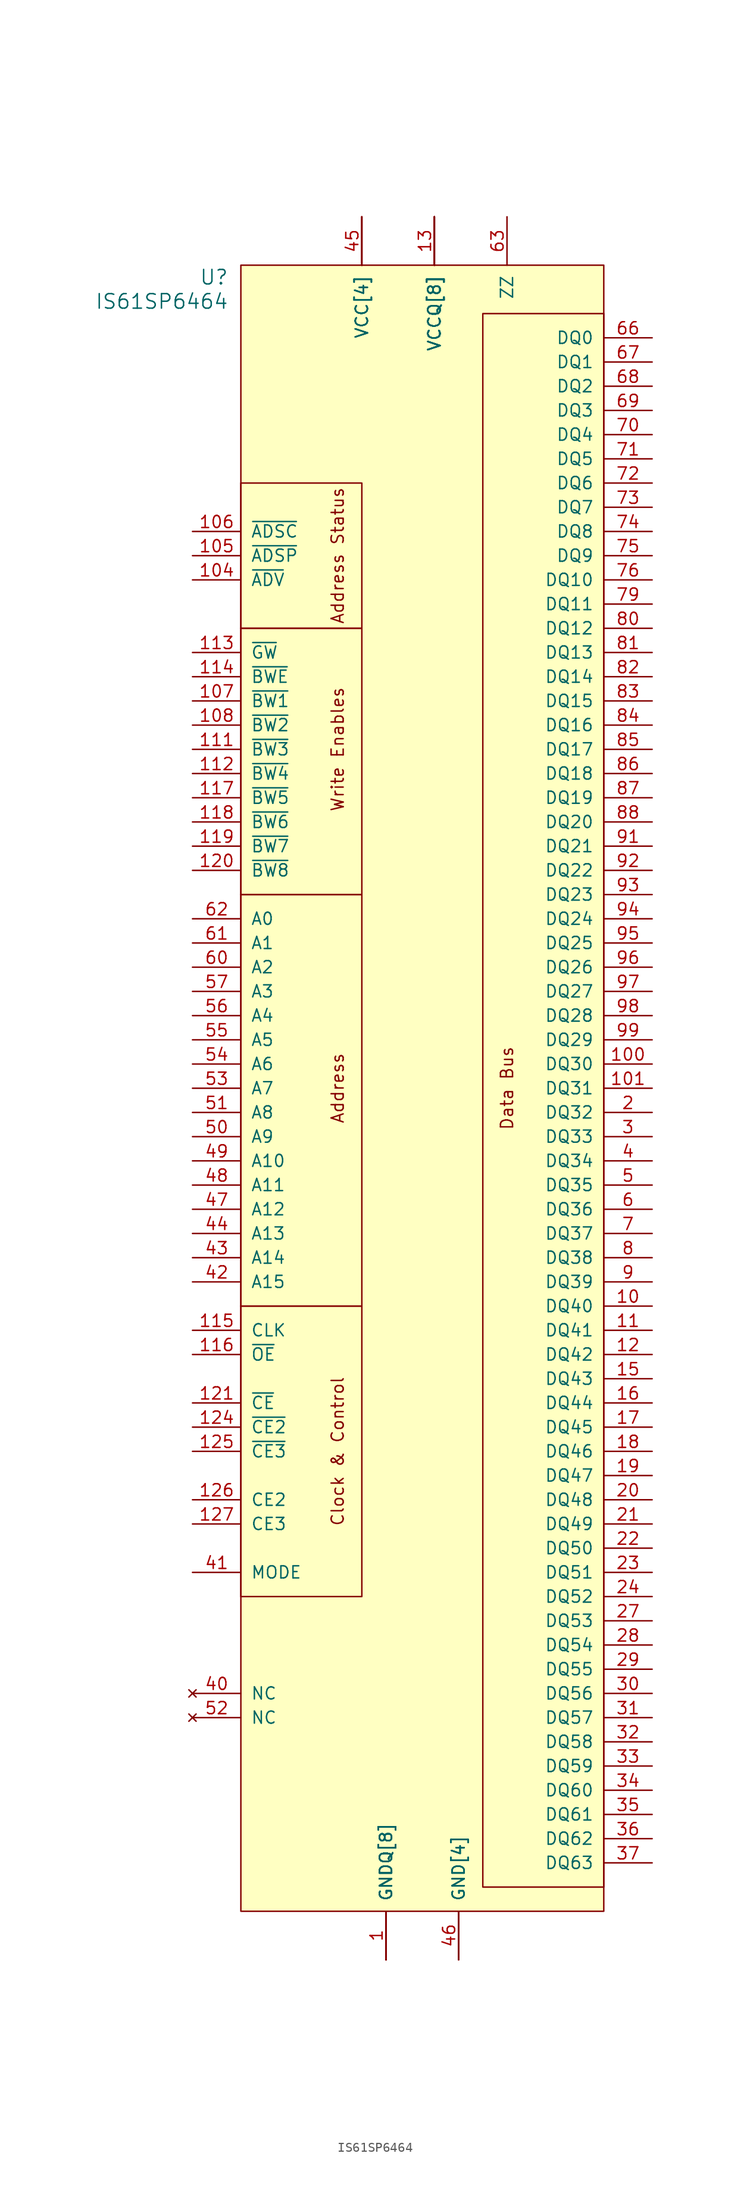
<source format=kicad_sym>
(kicad_symbol_lib
  (version 20211014)
  (generator kicad_symbol_editor)
  (symbol "IS61SP6464"
    (pin_names
      (offset 1.016))
    (property "Reference" "U"
      (at -13.97 87.63 0)
      (effects (font (size 1.524 1.524)) (justify right)))
    (property "Value" "IS61SP6464"
      (at -13.97 85.09 0)
      (effects (font (size 1.524 1.524)) (justify right)))
    (symbol "IS61SP6464_0_0"
      (rectangle (start -12.7 -20.32) (end 0 -50.8) (stroke (width 0.152) (type default) (color 0 0 0 0)) (fill (type none)))
      (rectangle (start -12.7 22.86) (end 0 -20.32) (stroke (width 0.152) (type default) (color 0 0 0 0)) (fill (type none)))
      (rectangle (start -12.7 50.8) (end 0 22.86) (stroke (width 0.152) (type default) (color 0 0 0 0)) (fill (type none)))
      (rectangle (start -12.7 50.8) (end 0 66.04) (stroke (width 0.152) (type default) (color 0 0 0 0)) (fill (type none)))
      (rectangle (start 25.4 83.82) (end 12.7 -81.28) (stroke (width 0.152) (type default) (color 0 0 0 0)) (fill (type none)))
      (text "Address" (at -2.54 2.54 900) (effects (font (size 1.27 1.27))))
      (text "Address Status" (at -2.54 58.42 900) (effects (font (size 1.27 1.27))))
      (text "Clock & Control" (at -2.54 -35.56 900) (effects (font (size 1.27 1.27))))
      (text "Data Bus" (at 15.24 2.54 900) (effects (font (size 1.27 1.27))))
      (text "Write Enables" (at -2.54 38.1 900) (effects (font (size 1.27 1.27)))))
    (symbol "IS61SP6464_1_1"
      (rectangle (start -12.7 88.9) (end 25.4 -83.82) (stroke (width 0) (type default) (color 0 0 0 0)) (fill (type background)))
      (pin power_in line (at 2.54 -88.9 90) (length 5.08) (name "GNDQ[8]" (effects (font (size 1.27 1.27)))) (number "1" (effects (font (size 1.27 1.27)))))
      (pin tri_state line (at 30.48 -20.32 180) (length 5.08) (name "DQ40" (effects (font (size 1.27 1.27)))) (number "10" (effects (font (size 1.27 1.27)))))
      (pin tri_state line (at 30.48 5.08 180) (length 5.08) (name "DQ30" (effects (font (size 1.27 1.27)))) (number "100" (effects (font (size 1.27 1.27)))))
      (pin tri_state line (at 30.48 2.54 180) (length 5.08) (name "DQ31" (effects (font (size 1.27 1.27)))) (number "101" (effects (font (size 1.27 1.27)))))
      (pin power_in line (at 7.62 93.98 270) (length 5.08) (name "VCCQ[8]" (effects (font (size 1.27 1.27)))) (number "102" (effects (font (size 0 0)))))
      (pin power_in line (at 2.54 -88.9 90) (length 5.08) (name "GNDQ[8]" (effects (font (size 1.27 1.27)))) (number "103" (effects (font (size 0 0)))))
      (pin input line (at -17.78 55.88 0) (length 5.08) (name "~{ADV}" (effects (font (size 1.27 1.27)))) (number "104" (effects (font (size 1.27 1.27)))))
      (pin input line (at -17.78 58.42 0) (length 5.08) (name "~{ADSP}" (effects (font (size 1.27 1.27)))) (number "105" (effects (font (size 1.27 1.27)))))
      (pin input line (at -17.78 60.96 0) (length 5.08) (name "~{ADSC}" (effects (font (size 1.27 1.27)))) (number "106" (effects (font (size 1.27 1.27)))))
      (pin input line (at -17.78 43.18 0) (length 5.08) (name "~{BW1}" (effects (font (size 1.27 1.27)))) (number "107" (effects (font (size 1.27 1.27)))))
      (pin input line (at -17.78 40.64 0) (length 5.08) (name "~{BW2}" (effects (font (size 1.27 1.27)))) (number "108" (effects (font (size 1.27 1.27)))))
      (pin power_in line (at 0 93.98 270) (length 5.08) (name "VCC[4]" (effects (font (size 1.27 1.27)))) (number "109" (effects (font (size 0 0)))))
      (pin tri_state line (at 30.48 -22.86 180) (length 5.08) (name "DQ41" (effects (font (size 1.27 1.27)))) (number "11" (effects (font (size 1.27 1.27)))))
      (pin power_in line (at 10.16 -88.9 90) (length 5.08) (name "GND[4]" (effects (font (size 1.27 1.27)))) (number "110" (effects (font (size 0 0)))))
      (pin input line (at -17.78 38.1 0) (length 5.08) (name "~{BW3}" (effects (font (size 1.27 1.27)))) (number "111" (effects (font (size 1.27 1.27)))))
      (pin input line (at -17.78 35.56 0) (length 5.08) (name "~{BW4}" (effects (font (size 1.27 1.27)))) (number "112" (effects (font (size 1.27 1.27)))))
      (pin input line (at -17.78 48.26 0) (length 5.08) (name "~{GW}" (effects (font (size 1.27 1.27)))) (number "113" (effects (font (size 1.27 1.27)))))
      (pin input line (at -17.78 45.72 0) (length 5.08) (name "~{BWE}" (effects (font (size 1.27 1.27)))) (number "114" (effects (font (size 1.27 1.27)))))
      (pin input line (at -17.78 -22.86 0) (length 5.08) (name "CLK" (effects (font (size 1.27 1.27)))) (number "115" (effects (font (size 1.27 1.27)))))
      (pin input line (at -17.78 -25.4 0) (length 5.08) (name "~{OE}" (effects (font (size 1.27 1.27)))) (number "116" (effects (font (size 1.27 1.27)))))
      (pin input line (at -17.78 33.02 0) (length 5.08) (name "~{BW5}" (effects (font (size 1.27 1.27)))) (number "117" (effects (font (size 1.27 1.27)))))
      (pin input line (at -17.78 30.48 0) (length 5.08) (name "~{BW6}" (effects (font (size 1.27 1.27)))) (number "118" (effects (font (size 1.27 1.27)))))
      (pin input line (at -17.78 27.94 0) (length 5.08) (name "~{BW7}" (effects (font (size 1.27 1.27)))) (number "119" (effects (font (size 1.27 1.27)))))
      (pin tri_state line (at 30.48 -25.4 180) (length 5.08) (name "DQ42" (effects (font (size 1.27 1.27)))) (number "12" (effects (font (size 1.27 1.27)))))
      (pin input line (at -17.78 25.4 0) (length 5.08) (name "~{BW8}" (effects (font (size 1.27 1.27)))) (number "120" (effects (font (size 1.27 1.27)))))
      (pin input line (at -17.78 -30.48 0) (length 5.08) (name "~{CE}" (effects (font (size 1.27 1.27)))) (number "121" (effects (font (size 1.27 1.27)))))
      (pin power_in line (at 0 93.98 270) (length 5.08) (name "VCC[4]" (effects (font (size 1.27 1.27)))) (number "122" (effects (font (size 0 0)))))
      (pin power_in line (at 10.16 -88.9 90) (length 5.08) (name "GND[4]" (effects (font (size 1.27 1.27)))) (number "123" (effects (font (size 0 0)))))
      (pin input line (at -17.78 -33.02 0) (length 5.08) (name "~{CE2}" (effects (font (size 1.27 1.27)))) (number "124" (effects (font (size 1.27 1.27)))))
      (pin input line (at -17.78 -35.56 0) (length 5.08) (name "~{CE3}" (effects (font (size 1.27 1.27)))) (number "125" (effects (font (size 1.27 1.27)))))
      (pin input line (at -17.78 -40.64 0) (length 5.08) (name "CE2" (effects (font (size 1.27 1.27)))) (number "126" (effects (font (size 1.27 1.27)))))
      (pin input line (at -17.78 -43.18 0) (length 5.08) (name "CE3" (effects (font (size 1.27 1.27)))) (number "127" (effects (font (size 1.27 1.27)))))
      (pin power_in line (at 7.62 93.98 270) (length 5.08) (name "VCCQ[8]" (effects (font (size 1.27 1.27)))) (number "128" (effects (font (size 0 0)))))
      (pin power_in line (at 7.62 93.98 270) (length 5.08) (name "VCCQ[8]" (effects (font (size 1.27 1.27)))) (number "13" (effects (font (size 1.27 1.27)))))
      (pin power_in line (at 2.54 -88.9 90) (length 5.08) (name "GNDQ[8]" (effects (font (size 1.27 1.27)))) (number "14" (effects (font (size 0 0)))))
      (pin tri_state line (at 30.48 -27.94 180) (length 5.08) (name "DQ43" (effects (font (size 1.27 1.27)))) (number "15" (effects (font (size 1.27 1.27)))))
      (pin tri_state line (at 30.48 -30.48 180) (length 5.08) (name "DQ44" (effects (font (size 1.27 1.27)))) (number "16" (effects (font (size 1.27 1.27)))))
      (pin tri_state line (at 30.48 -33.02 180) (length 5.08) (name "DQ45" (effects (font (size 1.27 1.27)))) (number "17" (effects (font (size 1.27 1.27)))))
      (pin tri_state line (at 30.48 -35.56 180) (length 5.08) (name "DQ46" (effects (font (size 1.27 1.27)))) (number "18" (effects (font (size 1.27 1.27)))))
      (pin tri_state line (at 30.48 -38.1 180) (length 5.08) (name "DQ47" (effects (font (size 1.27 1.27)))) (number "19" (effects (font (size 1.27 1.27)))))
      (pin tri_state line (at 30.48 0 180) (length 5.08) (name "DQ32" (effects (font (size 1.27 1.27)))) (number "2" (effects (font (size 1.27 1.27)))))
      (pin tri_state line (at 30.48 -40.64 180) (length 5.08) (name "DQ48" (effects (font (size 1.27 1.27)))) (number "20" (effects (font (size 1.27 1.27)))))
      (pin tri_state line (at 30.48 -43.18 180) (length 5.08) (name "DQ49" (effects (font (size 1.27 1.27)))) (number "21" (effects (font (size 1.27 1.27)))))
      (pin tri_state line (at 30.48 -45.72 180) (length 5.08) (name "DQ50" (effects (font (size 1.27 1.27)))) (number "22" (effects (font (size 1.27 1.27)))))
      (pin tri_state line (at 30.48 -48.26 180) (length 5.08) (name "DQ51" (effects (font (size 1.27 1.27)))) (number "23" (effects (font (size 1.27 1.27)))))
      (pin tri_state line (at 30.48 -50.8 180) (length 5.08) (name "DQ52" (effects (font (size 1.27 1.27)))) (number "24" (effects (font (size 1.27 1.27)))))
      (pin power_in line (at 7.62 93.98 270) (length 5.08) (name "VCCQ[8]" (effects (font (size 1.27 1.27)))) (number "25" (effects (font (size 0 0)))))
      (pin power_in line (at 2.54 -88.9 90) (length 5.08) (name "GNDQ[8]" (effects (font (size 1.27 1.27)))) (number "26" (effects (font (size 0 0)))))
      (pin tri_state line (at 30.48 -53.34 180) (length 5.08) (name "DQ53" (effects (font (size 1.27 1.27)))) (number "27" (effects (font (size 1.27 1.27)))))
      (pin tri_state line (at 30.48 -55.88 180) (length 5.08) (name "DQ54" (effects (font (size 1.27 1.27)))) (number "28" (effects (font (size 1.27 1.27)))))
      (pin tri_state line (at 30.48 -58.42 180) (length 5.08) (name "DQ55" (effects (font (size 1.27 1.27)))) (number "29" (effects (font (size 1.27 1.27)))))
      (pin tri_state line (at 30.48 -2.54 180) (length 5.08) (name "DQ33" (effects (font (size 1.27 1.27)))) (number "3" (effects (font (size 1.27 1.27)))))
      (pin tri_state line (at 30.48 -60.96 180) (length 5.08) (name "DQ56" (effects (font (size 1.27 1.27)))) (number "30" (effects (font (size 1.27 1.27)))))
      (pin tri_state line (at 30.48 -63.5 180) (length 5.08) (name "DQ57" (effects (font (size 1.27 1.27)))) (number "31" (effects (font (size 1.27 1.27)))))
      (pin tri_state line (at 30.48 -66.04 180) (length 5.08) (name "DQ58" (effects (font (size 1.27 1.27)))) (number "32" (effects (font (size 1.27 1.27)))))
      (pin tri_state line (at 30.48 -68.58 180) (length 5.08) (name "DQ59" (effects (font (size 1.27 1.27)))) (number "33" (effects (font (size 1.27 1.27)))))
      (pin tri_state line (at 30.48 -71.12 180) (length 5.08) (name "DQ60" (effects (font (size 1.27 1.27)))) (number "34" (effects (font (size 1.27 1.27)))))
      (pin tri_state line (at 30.48 -73.66 180) (length 5.08) (name "DQ61" (effects (font (size 1.27 1.27)))) (number "35" (effects (font (size 1.27 1.27)))))
      (pin tri_state line (at 30.48 -76.2 180) (length 5.08) (name "DQ62" (effects (font (size 1.27 1.27)))) (number "36" (effects (font (size 1.27 1.27)))))
      (pin tri_state line (at 30.48 -78.74 180) (length 5.08) (name "DQ63" (effects (font (size 1.27 1.27)))) (number "37" (effects (font (size 1.27 1.27)))))
      (pin power_in line (at 7.62 93.98 270) (length 5.08) (name "VCCQ[8]" (effects (font (size 1.27 1.27)))) (number "38" (effects (font (size 0 0)))))
      (pin power_in line (at 2.54 -88.9 90) (length 5.08) (name "GNDQ[8]" (effects (font (size 1.27 1.27)))) (number "39" (effects (font (size 0 0)))))
      (pin tri_state line (at 30.48 -5.08 180) (length 5.08) (name "DQ34" (effects (font (size 1.27 1.27)))) (number "4" (effects (font (size 1.27 1.27)))))
      (pin no_connect line (at -17.78 -60.96 0) (length 5.08) (name "NC" (effects (font (size 1.27 1.27)))) (number "40" (effects (font (size 1.27 1.27)))))
      (pin input line (at -17.78 -48.26 0) (length 5.08) (name "MODE" (effects (font (size 1.27 1.27)))) (number "41" (effects (font (size 1.27 1.27)))))
      (pin input line (at -17.78 -17.78 0) (length 5.08) (name "A15" (effects (font (size 1.27 1.27)))) (number "42" (effects (font (size 1.27 1.27)))))
      (pin input line (at -17.78 -15.24 0) (length 5.08) (name "A14" (effects (font (size 1.27 1.27)))) (number "43" (effects (font (size 1.27 1.27)))))
      (pin input line (at -17.78 -12.7 0) (length 5.08) (name "A13" (effects (font (size 1.27 1.27)))) (number "44" (effects (font (size 1.27 1.27)))))
      (pin power_in line (at 0 93.98 270) (length 5.08) (name "VCC[4]" (effects (font (size 1.27 1.27)))) (number "45" (effects (font (size 1.27 1.27)))))
      (pin power_in line (at 10.16 -88.9 90) (length 5.08) (name "GND[4]" (effects (font (size 1.27 1.27)))) (number "46" (effects (font (size 1.27 1.27)))))
      (pin input line (at -17.78 -10.16 0) (length 5.08) (name "A12" (effects (font (size 1.27 1.27)))) (number "47" (effects (font (size 1.27 1.27)))))
      (pin input line (at -17.78 -7.62 0) (length 5.08) (name "A11" (effects (font (size 1.27 1.27)))) (number "48" (effects (font (size 1.27 1.27)))))
      (pin input line (at -17.78 -5.08 0) (length 5.08) (name "A10" (effects (font (size 1.27 1.27)))) (number "49" (effects (font (size 1.27 1.27)))))
      (pin tri_state line (at 30.48 -7.62 180) (length 5.08) (name "DQ35" (effects (font (size 1.27 1.27)))) (number "5" (effects (font (size 1.27 1.27)))))
      (pin input line (at -17.78 -2.54 0) (length 5.08) (name "A9" (effects (font (size 1.27 1.27)))) (number "50" (effects (font (size 1.27 1.27)))))
      (pin input line (at -17.78 0 0) (length 5.08) (name "A8" (effects (font (size 1.27 1.27)))) (number "51" (effects (font (size 1.27 1.27)))))
      (pin no_connect line (at -17.78 -63.5 0) (length 5.08) (name "NC" (effects (font (size 1.27 1.27)))) (number "52" (effects (font (size 1.27 1.27)))))
      (pin input line (at -17.78 2.54 0) (length 5.08) (name "A7" (effects (font (size 1.27 1.27)))) (number "53" (effects (font (size 1.27 1.27)))))
      (pin input line (at -17.78 5.08 0) (length 5.08) (name "A6" (effects (font (size 1.27 1.27)))) (number "54" (effects (font (size 1.27 1.27)))))
      (pin input line (at -17.78 7.62 0) (length 5.08) (name "A5" (effects (font (size 1.27 1.27)))) (number "55" (effects (font (size 1.27 1.27)))))
      (pin input line (at -17.78 10.16 0) (length 5.08) (name "A4" (effects (font (size 1.27 1.27)))) (number "56" (effects (font (size 1.27 1.27)))))
      (pin input line (at -17.78 12.7 0) (length 5.08) (name "A3" (effects (font (size 1.27 1.27)))) (number "57" (effects (font (size 1.27 1.27)))))
      (pin power_in line (at 0 93.98 270) (length 5.08) (name "VCC[4]" (effects (font (size 1.27 1.27)))) (number "58" (effects (font (size 0 0)))))
      (pin power_in line (at 10.16 -88.9 90) (length 5.08) (name "GND[4]" (effects (font (size 1.27 1.27)))) (number "59" (effects (font (size 0 0)))))
      (pin tri_state line (at 30.48 -10.16 180) (length 5.08) (name "DQ36" (effects (font (size 1.27 1.27)))) (number "6" (effects (font (size 1.27 1.27)))))
      (pin input line (at -17.78 15.24 0) (length 5.08) (name "A2" (effects (font (size 1.27 1.27)))) (number "60" (effects (font (size 1.27 1.27)))))
      (pin input line (at -17.78 17.78 0) (length 5.08) (name "A1" (effects (font (size 1.27 1.27)))) (number "61" (effects (font (size 1.27 1.27)))))
      (pin input line (at -17.78 20.32 0) (length 5.08) (name "A0" (effects (font (size 1.27 1.27)))) (number "62" (effects (font (size 1.27 1.27)))))
      (pin input line (at 15.24 93.98 270) (length 5.08) (name "ZZ" (effects (font (size 1.27 1.27)))) (number "63" (effects (font (size 1.27 1.27)))))
      (pin power_in line (at 7.62 93.98 270) (length 5.08) (name "VCCQ[8]" (effects (font (size 1.27 1.27)))) (number "64" (effects (font (size 0 0)))))
      (pin power_in line (at 2.54 -88.9 90) (length 5.08) (name "GNDQ[8]" (effects (font (size 1.27 1.27)))) (number "65" (effects (font (size 0 0)))))
      (pin tri_state line (at 30.48 81.28 180) (length 5.08) (name "DQ0" (effects (font (size 1.27 1.27)))) (number "66" (effects (font (size 1.27 1.27)))))
      (pin tri_state line (at 30.48 78.74 180) (length 5.08) (name "DQ1" (effects (font (size 1.27 1.27)))) (number "67" (effects (font (size 1.27 1.27)))))
      (pin tri_state line (at 30.48 76.2 180) (length 5.08) (name "DQ2" (effects (font (size 1.27 1.27)))) (number "68" (effects (font (size 1.27 1.27)))))
      (pin tri_state line (at 30.48 73.66 180) (length 5.08) (name "DQ3" (effects (font (size 1.27 1.27)))) (number "69" (effects (font (size 1.27 1.27)))))
      (pin tri_state line (at 30.48 -12.7 180) (length 5.08) (name "DQ37" (effects (font (size 1.27 1.27)))) (number "7" (effects (font (size 1.27 1.27)))))
      (pin tri_state line (at 30.48 71.12 180) (length 5.08) (name "DQ4" (effects (font (size 1.27 1.27)))) (number "70" (effects (font (size 1.27 1.27)))))
      (pin tri_state line (at 30.48 68.58 180) (length 5.08) (name "DQ5" (effects (font (size 1.27 1.27)))) (number "71" (effects (font (size 1.27 1.27)))))
      (pin tri_state line (at 30.48 66.04 180) (length 5.08) (name "DQ6" (effects (font (size 1.27 1.27)))) (number "72" (effects (font (size 1.27 1.27)))))
      (pin tri_state line (at 30.48 63.5 180) (length 5.08) (name "DQ7" (effects (font (size 1.27 1.27)))) (number "73" (effects (font (size 1.27 1.27)))))
      (pin tri_state line (at 30.48 60.96 180) (length 5.08) (name "DQ8" (effects (font (size 1.27 1.27)))) (number "74" (effects (font (size 1.27 1.27)))))
      (pin tri_state line (at 30.48 58.42 180) (length 5.08) (name "DQ9" (effects (font (size 1.27 1.27)))) (number "75" (effects (font (size 1.27 1.27)))))
      (pin tri_state line (at 30.48 55.88 180) (length 5.08) (name "DQ10" (effects (font (size 1.27 1.27)))) (number "76" (effects (font (size 1.27 1.27)))))
      (pin power_in line (at 7.62 93.98 270) (length 5.08) (name "VCCQ[8]" (effects (font (size 1.27 1.27)))) (number "77" (effects (font (size 0 0)))))
      (pin power_in line (at 2.54 -88.9 90) (length 5.08) (name "GNDQ[8]" (effects (font (size 1.27 1.27)))) (number "78" (effects (font (size 0 0)))))
      (pin tri_state line (at 30.48 53.34 180) (length 5.08) (name "DQ11" (effects (font (size 1.27 1.27)))) (number "79" (effects (font (size 1.27 1.27)))))
      (pin tri_state line (at 30.48 -15.24 180) (length 5.08) (name "DQ38" (effects (font (size 1.27 1.27)))) (number "8" (effects (font (size 1.27 1.27)))))
      (pin tri_state line (at 30.48 50.8 180) (length 5.08) (name "DQ12" (effects (font (size 1.27 1.27)))) (number "80" (effects (font (size 1.27 1.27)))))
      (pin tri_state line (at 30.48 48.26 180) (length 5.08) (name "DQ13" (effects (font (size 1.27 1.27)))) (number "81" (effects (font (size 1.27 1.27)))))
      (pin tri_state line (at 30.48 45.72 180) (length 5.08) (name "DQ14" (effects (font (size 1.27 1.27)))) (number "82" (effects (font (size 1.27 1.27)))))
      (pin tri_state line (at 30.48 43.18 180) (length 5.08) (name "DQ15" (effects (font (size 1.27 1.27)))) (number "83" (effects (font (size 1.27 1.27)))))
      (pin tri_state line (at 30.48 40.64 180) (length 5.08) (name "DQ16" (effects (font (size 1.27 1.27)))) (number "84" (effects (font (size 1.27 1.27)))))
      (pin tri_state line (at 30.48 38.1 180) (length 5.08) (name "DQ17" (effects (font (size 1.27 1.27)))) (number "85" (effects (font (size 1.27 1.27)))))
      (pin tri_state line (at 30.48 35.56 180) (length 5.08) (name "DQ18" (effects (font (size 1.27 1.27)))) (number "86" (effects (font (size 1.27 1.27)))))
      (pin tri_state line (at 30.48 33.02 180) (length 5.08) (name "DQ19" (effects (font (size 1.27 1.27)))) (number "87" (effects (font (size 1.27 1.27)))))
      (pin tri_state line (at 30.48 30.48 180) (length 5.08) (name "DQ20" (effects (font (size 1.27 1.27)))) (number "88" (effects (font (size 1.27 1.27)))))
      (pin power_in line (at 7.62 93.98 270) (length 5.08) (name "VCCQ[8]" (effects (font (size 1.27 1.27)))) (number "89" (effects (font (size 0 0)))))
      (pin tri_state line (at 30.48 -17.78 180) (length 5.08) (name "DQ39" (effects (font (size 1.27 1.27)))) (number "9" (effects (font (size 1.27 1.27)))))
      (pin power_in line (at 2.54 -88.9 90) (length 5.08) (name "GNDQ[8]" (effects (font (size 1.27 1.27)))) (number "90" (effects (font (size 0 0)))))
      (pin tri_state line (at 30.48 27.94 180) (length 5.08) (name "DQ21" (effects (font (size 1.27 1.27)))) (number "91" (effects (font (size 1.27 1.27)))))
      (pin tri_state line (at 30.48 25.4 180) (length 5.08) (name "DQ22" (effects (font (size 1.27 1.27)))) (number "92" (effects (font (size 1.27 1.27)))))
      (pin tri_state line (at 30.48 22.86 180) (length 5.08) (name "DQ23" (effects (font (size 1.27 1.27)))) (number "93" (effects (font (size 1.27 1.27)))))
      (pin tri_state line (at 30.48 20.32 180) (length 5.08) (name "DQ24" (effects (font (size 1.27 1.27)))) (number "94" (effects (font (size 1.27 1.27)))))
      (pin tri_state line (at 30.48 17.78 180) (length 5.08) (name "DQ25" (effects (font (size 1.27 1.27)))) (number "95" (effects (font (size 1.27 1.27)))))
      (pin tri_state line (at 30.48 15.24 180) (length 5.08) (name "DQ26" (effects (font (size 1.27 1.27)))) (number "96" (effects (font (size 1.27 1.27)))))
      (pin tri_state line (at 30.48 12.7 180) (length 5.08) (name "DQ27" (effects (font (size 1.27 1.27)))) (number "97" (effects (font (size 1.27 1.27)))))
      (pin tri_state line (at 30.48 10.16 180) (length 5.08) (name "DQ28" (effects (font (size 1.27 1.27)))) (number "98" (effects (font (size 1.27 1.27)))))
      (pin tri_state line (at 30.48 7.62 180) (length 5.08) (name "DQ29" (effects (font (size 1.27 1.27)))) (number "99" (effects (font (size 1.27 1.27))))))))
</source>
